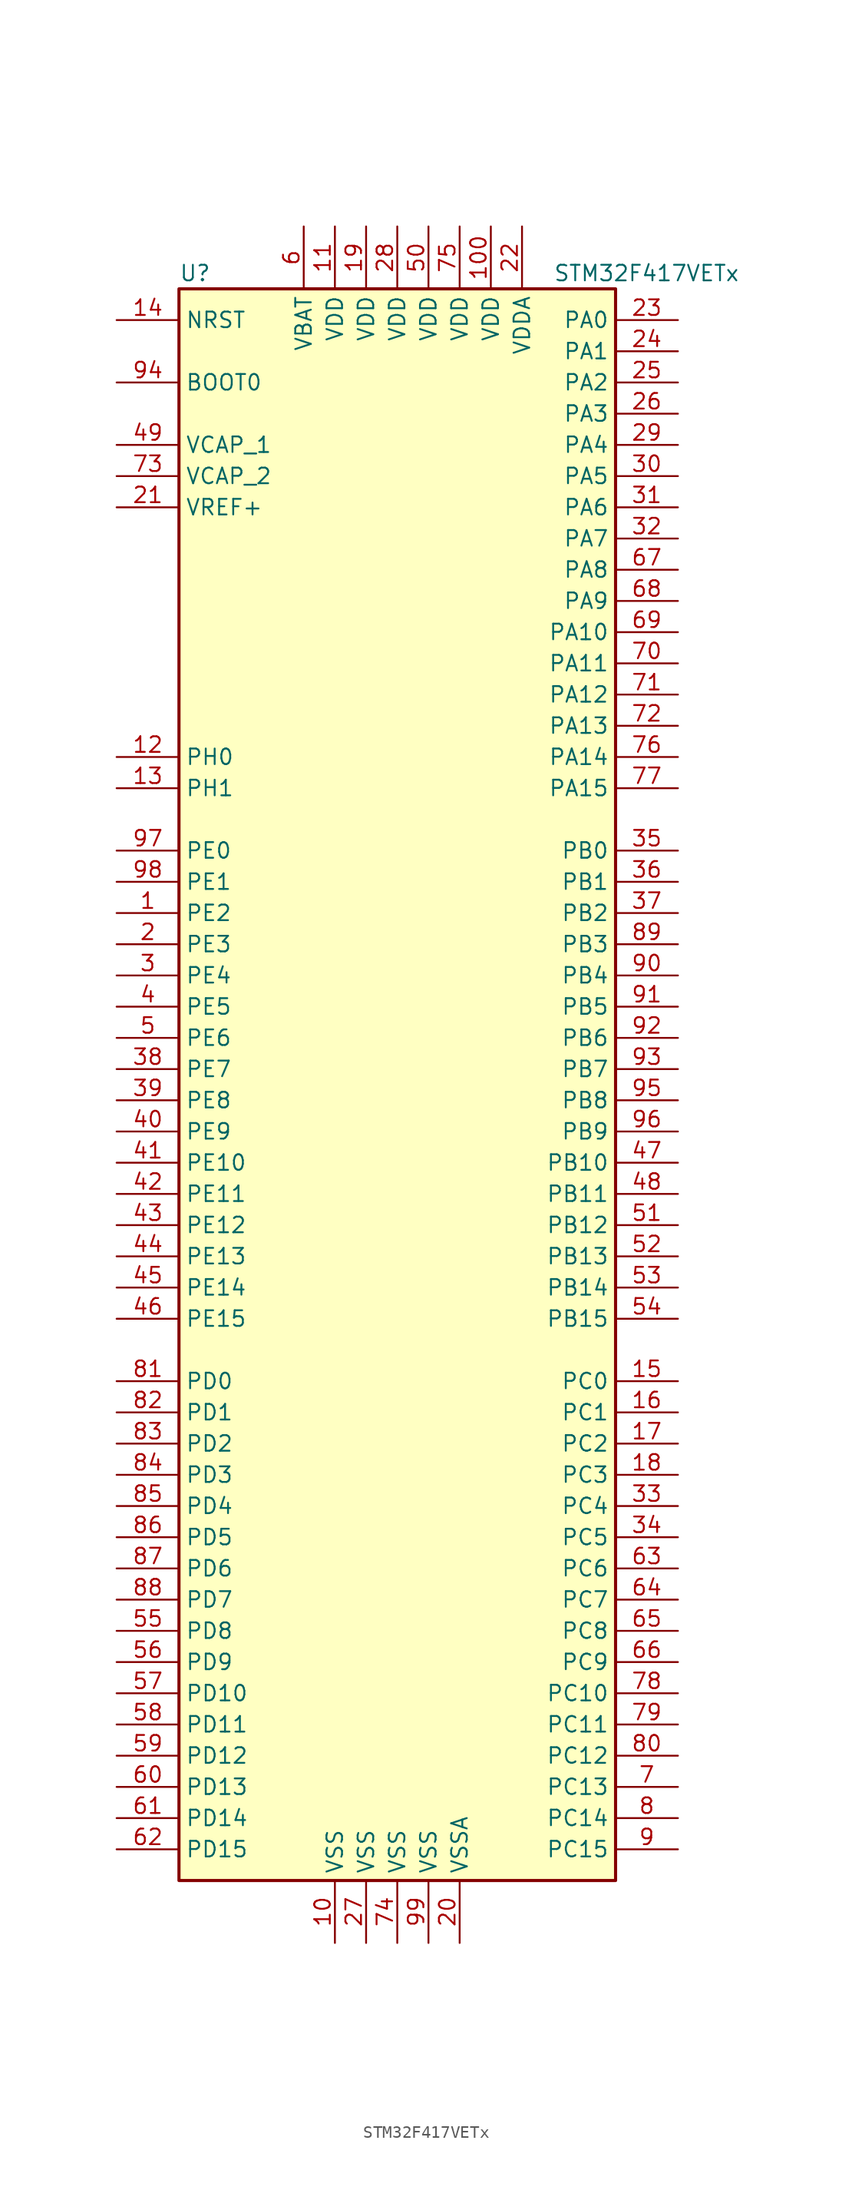
<source format=kicad_sym>
(kicad_symbol_lib
  (version 20220914)
  (generator kicad_symbol_editor)
  (symbol "STM32F417VETx"
    (property "Reference" "U"
      (at -17.78 64.77 0)
      (effects (font (size 1.27 1.27)) (justify left)))
    (property "Value" "STM32F417VETx"
      (at 12.7 64.77 0)
      (effects (font (size 1.27 1.27)) (justify left)))
    (symbol "STM32F417VETx_0_1"
      (rectangle (start -17.78 -66.04) (end 17.78 63.5) (stroke (width 0.254) (type default)) (fill (type background))))
    (symbol "STM32F417VETx_1_1"
      (pin bidirectional line (at -22.86 12.7 0) (length 5.08) (name "PE2" (effects (font (size 1.27 1.27)))) (number "1" (effects (font (size 1.27 1.27)))))
      (pin power_in line (at -5.08 -71.12 90) (length 5.08) (name "VSS" (effects (font (size 1.27 1.27)))) (number "10" (effects (font (size 1.27 1.27)))))
      (pin power_in line (at 7.62 68.58 270) (length 5.08) (name "VDD" (effects (font (size 1.27 1.27)))) (number "100" (effects (font (size 1.27 1.27)))))
      (pin power_in line (at -5.08 68.58 270) (length 5.08) (name "VDD" (effects (font (size 1.27 1.27)))) (number "11" (effects (font (size 1.27 1.27)))))
      (pin input line (at -22.86 25.4 0) (length 5.08) (name "PH0" (effects (font (size 1.27 1.27)))) (number "12" (effects (font (size 1.27 1.27)))))
      (pin input line (at -22.86 22.86 0) (length 5.08) (name "PH1" (effects (font (size 1.27 1.27)))) (number "13" (effects (font (size 1.27 1.27)))))
      (pin input line (at -22.86 60.96 0) (length 5.08) (name "NRST" (effects (font (size 1.27 1.27)))) (number "14" (effects (font (size 1.27 1.27)))))
      (pin bidirectional line (at 22.86 -25.4 180) (length 5.08) (name "PC0" (effects (font (size 1.27 1.27)))) (number "15" (effects (font (size 1.27 1.27)))))
      (pin bidirectional line (at 22.86 -27.94 180) (length 5.08) (name "PC1" (effects (font (size 1.27 1.27)))) (number "16" (effects (font (size 1.27 1.27)))))
      (pin bidirectional line (at 22.86 -30.48 180) (length 5.08) (name "PC2" (effects (font (size 1.27 1.27)))) (number "17" (effects (font (size 1.27 1.27)))))
      (pin bidirectional line (at 22.86 -33.02 180) (length 5.08) (name "PC3" (effects (font (size 1.27 1.27)))) (number "18" (effects (font (size 1.27 1.27)))))
      (pin power_in line (at -2.54 68.58 270) (length 5.08) (name "VDD" (effects (font (size 1.27 1.27)))) (number "19" (effects (font (size 1.27 1.27)))))
      (pin bidirectional line (at -22.86 10.16 0) (length 5.08) (name "PE3" (effects (font (size 1.27 1.27)))) (number "2" (effects (font (size 1.27 1.27)))))
      (pin power_in line (at 5.08 -71.12 90) (length 5.08) (name "VSSA" (effects (font (size 1.27 1.27)))) (number "20" (effects (font (size 1.27 1.27)))))
      (pin power_in line (at -22.86 45.72 0) (length 5.08) (name "VREF+" (effects (font (size 1.27 1.27)))) (number "21" (effects (font (size 1.27 1.27)))))
      (pin power_in line (at 10.16 68.58 270) (length 5.08) (name "VDDA" (effects (font (size 1.27 1.27)))) (number "22" (effects (font (size 1.27 1.27)))))
      (pin bidirectional line (at 22.86 60.96 180) (length 5.08) (name "PA0" (effects (font (size 1.27 1.27)))) (number "23" (effects (font (size 1.27 1.27)))))
      (pin bidirectional line (at 22.86 58.42 180) (length 5.08) (name "PA1" (effects (font (size 1.27 1.27)))) (number "24" (effects (font (size 1.27 1.27)))))
      (pin bidirectional line (at 22.86 55.88 180) (length 5.08) (name "PA2" (effects (font (size 1.27 1.27)))) (number "25" (effects (font (size 1.27 1.27)))))
      (pin bidirectional line (at 22.86 53.34 180) (length 5.08) (name "PA3" (effects (font (size 1.27 1.27)))) (number "26" (effects (font (size 1.27 1.27)))))
      (pin power_in line (at -2.54 -71.12 90) (length 5.08) (name "VSS" (effects (font (size 1.27 1.27)))) (number "27" (effects (font (size 1.27 1.27)))))
      (pin power_in line (at 0 68.58 270) (length 5.08) (name "VDD" (effects (font (size 1.27 1.27)))) (number "28" (effects (font (size 1.27 1.27)))))
      (pin bidirectional line (at 22.86 50.8 180) (length 5.08) (name "PA4" (effects (font (size 1.27 1.27)))) (number "29" (effects (font (size 1.27 1.27)))))
      (pin bidirectional line (at -22.86 7.62 0) (length 5.08) (name "PE4" (effects (font (size 1.27 1.27)))) (number "3" (effects (font (size 1.27 1.27)))))
      (pin bidirectional line (at 22.86 48.26 180) (length 5.08) (name "PA5" (effects (font (size 1.27 1.27)))) (number "30" (effects (font (size 1.27 1.27)))))
      (pin bidirectional line (at 22.86 45.72 180) (length 5.08) (name "PA6" (effects (font (size 1.27 1.27)))) (number "31" (effects (font (size 1.27 1.27)))))
      (pin bidirectional line (at 22.86 43.18 180) (length 5.08) (name "PA7" (effects (font (size 1.27 1.27)))) (number "32" (effects (font (size 1.27 1.27)))))
      (pin bidirectional line (at 22.86 -35.56 180) (length 5.08) (name "PC4" (effects (font (size 1.27 1.27)))) (number "33" (effects (font (size 1.27 1.27)))))
      (pin bidirectional line (at 22.86 -38.1 180) (length 5.08) (name "PC5" (effects (font (size 1.27 1.27)))) (number "34" (effects (font (size 1.27 1.27)))))
      (pin bidirectional line (at 22.86 17.78 180) (length 5.08) (name "PB0" (effects (font (size 1.27 1.27)))) (number "35" (effects (font (size 1.27 1.27)))))
      (pin bidirectional line (at 22.86 15.24 180) (length 5.08) (name "PB1" (effects (font (size 1.27 1.27)))) (number "36" (effects (font (size 1.27 1.27)))))
      (pin bidirectional line (at 22.86 12.7 180) (length 5.08) (name "PB2" (effects (font (size 1.27 1.27)))) (number "37" (effects (font (size 1.27 1.27)))))
      (pin bidirectional line (at -22.86 0 0) (length 5.08) (name "PE7" (effects (font (size 1.27 1.27)))) (number "38" (effects (font (size 1.27 1.27)))))
      (pin bidirectional line (at -22.86 -2.54 0) (length 5.08) (name "PE8" (effects (font (size 1.27 1.27)))) (number "39" (effects (font (size 1.27 1.27)))))
      (pin bidirectional line (at -22.86 5.08 0) (length 5.08) (name "PE5" (effects (font (size 1.27 1.27)))) (number "4" (effects (font (size 1.27 1.27)))))
      (pin bidirectional line (at -22.86 -5.08 0) (length 5.08) (name "PE9" (effects (font (size 1.27 1.27)))) (number "40" (effects (font (size 1.27 1.27)))))
      (pin bidirectional line (at -22.86 -7.62 0) (length 5.08) (name "PE10" (effects (font (size 1.27 1.27)))) (number "41" (effects (font (size 1.27 1.27)))))
      (pin bidirectional line (at -22.86 -10.16 0) (length 5.08) (name "PE11" (effects (font (size 1.27 1.27)))) (number "42" (effects (font (size 1.27 1.27)))))
      (pin bidirectional line (at -22.86 -12.7 0) (length 5.08) (name "PE12" (effects (font (size 1.27 1.27)))) (number "43" (effects (font (size 1.27 1.27)))))
      (pin bidirectional line (at -22.86 -15.24 0) (length 5.08) (name "PE13" (effects (font (size 1.27 1.27)))) (number "44" (effects (font (size 1.27 1.27)))))
      (pin bidirectional line (at -22.86 -17.78 0) (length 5.08) (name "PE14" (effects (font (size 1.27 1.27)))) (number "45" (effects (font (size 1.27 1.27)))))
      (pin bidirectional line (at -22.86 -20.32 0) (length 5.08) (name "PE15" (effects (font (size 1.27 1.27)))) (number "46" (effects (font (size 1.27 1.27)))))
      (pin bidirectional line (at 22.86 -7.62 180) (length 5.08) (name "PB10" (effects (font (size 1.27 1.27)))) (number "47" (effects (font (size 1.27 1.27)))))
      (pin bidirectional line (at 22.86 -10.16 180) (length 5.08) (name "PB11" (effects (font (size 1.27 1.27)))) (number "48" (effects (font (size 1.27 1.27)))))
      (pin power_in line (at -22.86 50.8 0) (length 5.08) (name "VCAP_1" (effects (font (size 1.27 1.27)))) (number "49" (effects (font (size 1.27 1.27)))))
      (pin bidirectional line (at -22.86 2.54 0) (length 5.08) (name "PE6" (effects (font (size 1.27 1.27)))) (number "5" (effects (font (size 1.27 1.27)))))
      (pin power_in line (at 2.54 68.58 270) (length 5.08) (name "VDD" (effects (font (size 1.27 1.27)))) (number "50" (effects (font (size 1.27 1.27)))))
      (pin bidirectional line (at 22.86 -12.7 180) (length 5.08) (name "PB12" (effects (font (size 1.27 1.27)))) (number "51" (effects (font (size 1.27 1.27)))))
      (pin bidirectional line (at 22.86 -15.24 180) (length 5.08) (name "PB13" (effects (font (size 1.27 1.27)))) (number "52" (effects (font (size 1.27 1.27)))))
      (pin bidirectional line (at 22.86 -17.78 180) (length 5.08) (name "PB14" (effects (font (size 1.27 1.27)))) (number "53" (effects (font (size 1.27 1.27)))))
      (pin bidirectional line (at 22.86 -20.32 180) (length 5.08) (name "PB15" (effects (font (size 1.27 1.27)))) (number "54" (effects (font (size 1.27 1.27)))))
      (pin bidirectional line (at -22.86 -45.72 0) (length 5.08) (name "PD8" (effects (font (size 1.27 1.27)))) (number "55" (effects (font (size 1.27 1.27)))))
      (pin bidirectional line (at -22.86 -48.26 0) (length 5.08) (name "PD9" (effects (font (size 1.27 1.27)))) (number "56" (effects (font (size 1.27 1.27)))))
      (pin bidirectional line (at -22.86 -50.8 0) (length 5.08) (name "PD10" (effects (font (size 1.27 1.27)))) (number "57" (effects (font (size 1.27 1.27)))))
      (pin bidirectional line (at -22.86 -53.34 0) (length 5.08) (name "PD11" (effects (font (size 1.27 1.27)))) (number "58" (effects (font (size 1.27 1.27)))))
      (pin bidirectional line (at -22.86 -55.88 0) (length 5.08) (name "PD12" (effects (font (size 1.27 1.27)))) (number "59" (effects (font (size 1.27 1.27)))))
      (pin power_in line (at -7.62 68.58 270) (length 5.08) (name "VBAT" (effects (font (size 1.27 1.27)))) (number "6" (effects (font (size 1.27 1.27)))))
      (pin bidirectional line (at -22.86 -58.42 0) (length 5.08) (name "PD13" (effects (font (size 1.27 1.27)))) (number "60" (effects (font (size 1.27 1.27)))))
      (pin bidirectional line (at -22.86 -60.96 0) (length 5.08) (name "PD14" (effects (font (size 1.27 1.27)))) (number "61" (effects (font (size 1.27 1.27)))))
      (pin bidirectional line (at -22.86 -63.5 0) (length 5.08) (name "PD15" (effects (font (size 1.27 1.27)))) (number "62" (effects (font (size 1.27 1.27)))))
      (pin bidirectional line (at 22.86 -40.64 180) (length 5.08) (name "PC6" (effects (font (size 1.27 1.27)))) (number "63" (effects (font (size 1.27 1.27)))))
      (pin bidirectional line (at 22.86 -43.18 180) (length 5.08) (name "PC7" (effects (font (size 1.27 1.27)))) (number "64" (effects (font (size 1.27 1.27)))))
      (pin bidirectional line (at 22.86 -45.72 180) (length 5.08) (name "PC8" (effects (font (size 1.27 1.27)))) (number "65" (effects (font (size 1.27 1.27)))))
      (pin bidirectional line (at 22.86 -48.26 180) (length 5.08) (name "PC9" (effects (font (size 1.27 1.27)))) (number "66" (effects (font (size 1.27 1.27)))))
      (pin bidirectional line (at 22.86 40.64 180) (length 5.08) (name "PA8" (effects (font (size 1.27 1.27)))) (number "67" (effects (font (size 1.27 1.27)))))
      (pin bidirectional line (at 22.86 38.1 180) (length 5.08) (name "PA9" (effects (font (size 1.27 1.27)))) (number "68" (effects (font (size 1.27 1.27)))))
      (pin bidirectional line (at 22.86 35.56 180) (length 5.08) (name "PA10" (effects (font (size 1.27 1.27)))) (number "69" (effects (font (size 1.27 1.27)))))
      (pin bidirectional line (at 22.86 -58.42 180) (length 5.08) (name "PC13" (effects (font (size 1.27 1.27)))) (number "7" (effects (font (size 1.27 1.27)))))
      (pin bidirectional line (at 22.86 33.02 180) (length 5.08) (name "PA11" (effects (font (size 1.27 1.27)))) (number "70" (effects (font (size 1.27 1.27)))))
      (pin bidirectional line (at 22.86 30.48 180) (length 5.08) (name "PA12" (effects (font (size 1.27 1.27)))) (number "71" (effects (font (size 1.27 1.27)))))
      (pin bidirectional line (at 22.86 27.94 180) (length 5.08) (name "PA13" (effects (font (size 1.27 1.27)))) (number "72" (effects (font (size 1.27 1.27)))))
      (pin power_in line (at -22.86 48.26 0) (length 5.08) (name "VCAP_2" (effects (font (size 1.27 1.27)))) (number "73" (effects (font (size 1.27 1.27)))))
      (pin power_in line (at 0 -71.12 90) (length 5.08) (name "VSS" (effects (font (size 1.27 1.27)))) (number "74" (effects (font (size 1.27 1.27)))))
      (pin power_in line (at 5.08 68.58 270) (length 5.08) (name "VDD" (effects (font (size 1.27 1.27)))) (number "75" (effects (font (size 1.27 1.27)))))
      (pin bidirectional line (at 22.86 25.4 180) (length 5.08) (name "PA14" (effects (font (size 1.27 1.27)))) (number "76" (effects (font (size 1.27 1.27)))))
      (pin bidirectional line (at 22.86 22.86 180) (length 5.08) (name "PA15" (effects (font (size 1.27 1.27)))) (number "77" (effects (font (size 1.27 1.27)))))
      (pin bidirectional line (at 22.86 -50.8 180) (length 5.08) (name "PC10" (effects (font (size 1.27 1.27)))) (number "78" (effects (font (size 1.27 1.27)))))
      (pin bidirectional line (at 22.86 -53.34 180) (length 5.08) (name "PC11" (effects (font (size 1.27 1.27)))) (number "79" (effects (font (size 1.27 1.27)))))
      (pin bidirectional line (at 22.86 -60.96 180) (length 5.08) (name "PC14" (effects (font (size 1.27 1.27)))) (number "8" (effects (font (size 1.27 1.27)))))
      (pin bidirectional line (at 22.86 -55.88 180) (length 5.08) (name "PC12" (effects (font (size 1.27 1.27)))) (number "80" (effects (font (size 1.27 1.27)))))
      (pin bidirectional line (at -22.86 -25.4 0) (length 5.08) (name "PD0" (effects (font (size 1.27 1.27)))) (number "81" (effects (font (size 1.27 1.27)))))
      (pin bidirectional line (at -22.86 -27.94 0) (length 5.08) (name "PD1" (effects (font (size 1.27 1.27)))) (number "82" (effects (font (size 1.27 1.27)))))
      (pin bidirectional line (at -22.86 -30.48 0) (length 5.08) (name "PD2" (effects (font (size 1.27 1.27)))) (number "83" (effects (font (size 1.27 1.27)))))
      (pin bidirectional line (at -22.86 -33.02 0) (length 5.08) (name "PD3" (effects (font (size 1.27 1.27)))) (number "84" (effects (font (size 1.27 1.27)))))
      (pin bidirectional line (at -22.86 -35.56 0) (length 5.08) (name "PD4" (effects (font (size 1.27 1.27)))) (number "85" (effects (font (size 1.27 1.27)))))
      (pin bidirectional line (at -22.86 -38.1 0) (length 5.08) (name "PD5" (effects (font (size 1.27 1.27)))) (number "86" (effects (font (size 1.27 1.27)))))
      (pin bidirectional line (at -22.86 -40.64 0) (length 5.08) (name "PD6" (effects (font (size 1.27 1.27)))) (number "87" (effects (font (size 1.27 1.27)))))
      (pin bidirectional line (at -22.86 -43.18 0) (length 5.08) (name "PD7" (effects (font (size 1.27 1.27)))) (number "88" (effects (font (size 1.27 1.27)))))
      (pin bidirectional line (at 22.86 10.16 180) (length 5.08) (name "PB3" (effects (font (size 1.27 1.27)))) (number "89" (effects (font (size 1.27 1.27)))))
      (pin bidirectional line (at 22.86 -63.5 180) (length 5.08) (name "PC15" (effects (font (size 1.27 1.27)))) (number "9" (effects (font (size 1.27 1.27)))))
      (pin bidirectional line (at 22.86 7.62 180) (length 5.08) (name "PB4" (effects (font (size 1.27 1.27)))) (number "90" (effects (font (size 1.27 1.27)))))
      (pin bidirectional line (at 22.86 5.08 180) (length 5.08) (name "PB5" (effects (font (size 1.27 1.27)))) (number "91" (effects (font (size 1.27 1.27)))))
      (pin bidirectional line (at 22.86 2.54 180) (length 5.08) (name "PB6" (effects (font (size 1.27 1.27)))) (number "92" (effects (font (size 1.27 1.27)))))
      (pin bidirectional line (at 22.86 0 180) (length 5.08) (name "PB7" (effects (font (size 1.27 1.27)))) (number "93" (effects (font (size 1.27 1.27)))))
      (pin input line (at -22.86 55.88 0) (length 5.08) (name "BOOT0" (effects (font (size 1.27 1.27)))) (number "94" (effects (font (size 1.27 1.27)))))
      (pin bidirectional line (at 22.86 -2.54 180) (length 5.08) (name "PB8" (effects (font (size 1.27 1.27)))) (number "95" (effects (font (size 1.27 1.27)))))
      (pin bidirectional line (at 22.86 -5.08 180) (length 5.08) (name "PB9" (effects (font (size 1.27 1.27)))) (number "96" (effects (font (size 1.27 1.27)))))
      (pin bidirectional line (at -22.86 17.78 0) (length 5.08) (name "PE0" (effects (font (size 1.27 1.27)))) (number "97" (effects (font (size 1.27 1.27)))))
      (pin bidirectional line (at -22.86 15.24 0) (length 5.08) (name "PE1" (effects (font (size 1.27 1.27)))) (number "98" (effects (font (size 1.27 1.27)))))
      (pin power_in line (at 2.54 -71.12 90) (length 5.08) (name "VSS" (effects (font (size 1.27 1.27)))) (number "99" (effects (font (size 1.27 1.27))))))))
</source>
